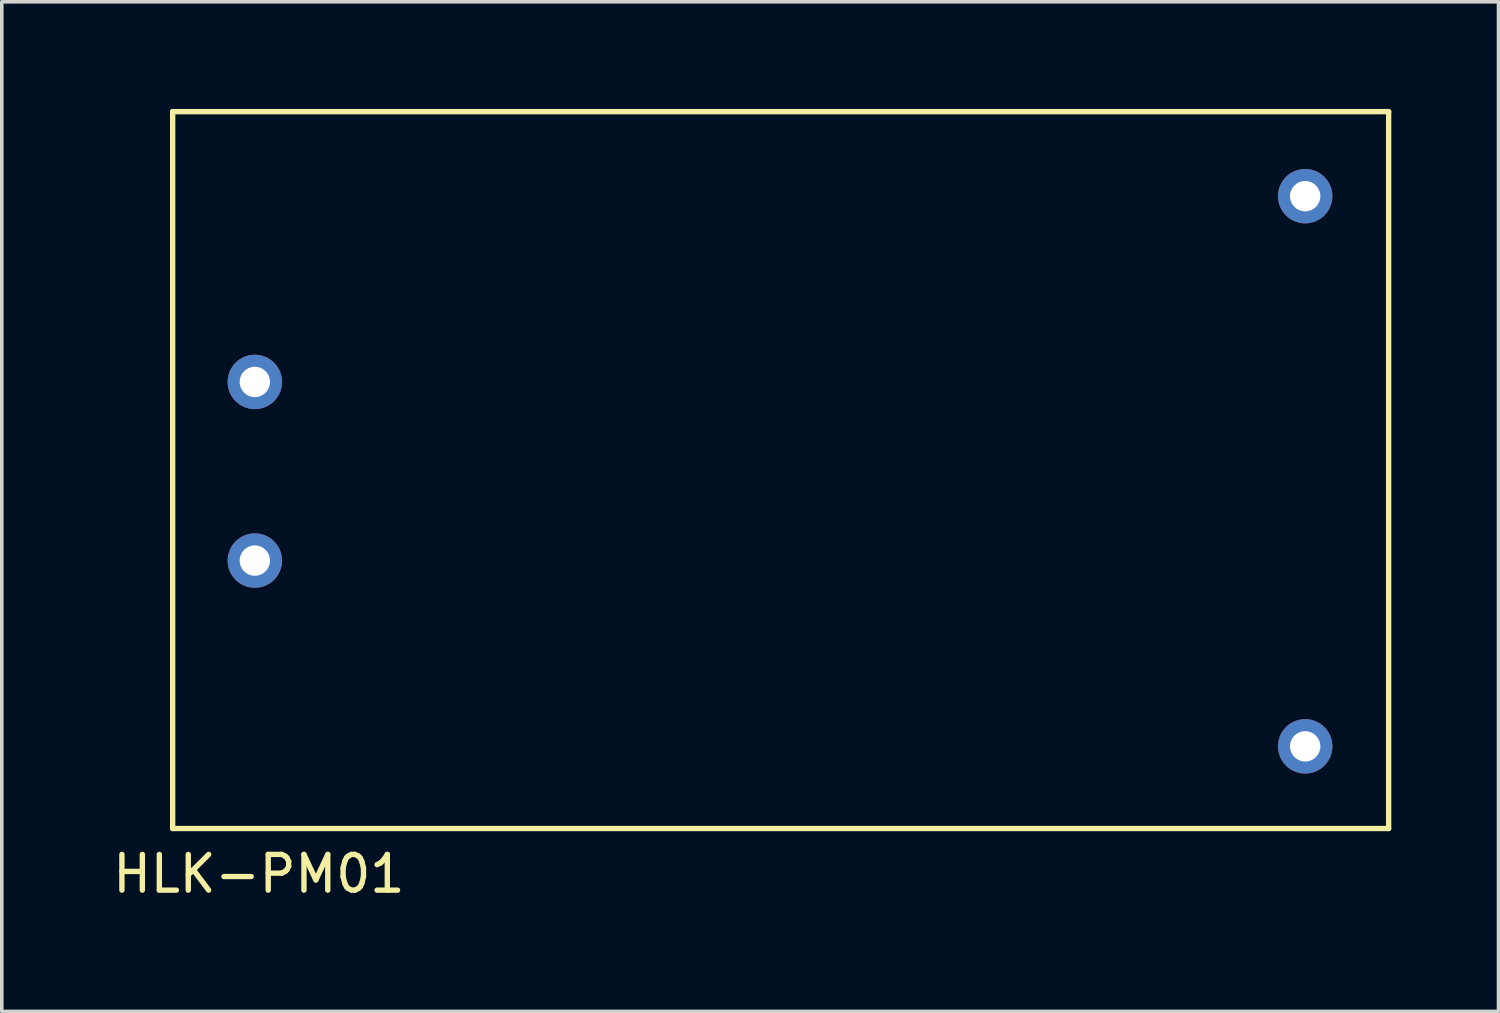
<source format=kicad_pcb>
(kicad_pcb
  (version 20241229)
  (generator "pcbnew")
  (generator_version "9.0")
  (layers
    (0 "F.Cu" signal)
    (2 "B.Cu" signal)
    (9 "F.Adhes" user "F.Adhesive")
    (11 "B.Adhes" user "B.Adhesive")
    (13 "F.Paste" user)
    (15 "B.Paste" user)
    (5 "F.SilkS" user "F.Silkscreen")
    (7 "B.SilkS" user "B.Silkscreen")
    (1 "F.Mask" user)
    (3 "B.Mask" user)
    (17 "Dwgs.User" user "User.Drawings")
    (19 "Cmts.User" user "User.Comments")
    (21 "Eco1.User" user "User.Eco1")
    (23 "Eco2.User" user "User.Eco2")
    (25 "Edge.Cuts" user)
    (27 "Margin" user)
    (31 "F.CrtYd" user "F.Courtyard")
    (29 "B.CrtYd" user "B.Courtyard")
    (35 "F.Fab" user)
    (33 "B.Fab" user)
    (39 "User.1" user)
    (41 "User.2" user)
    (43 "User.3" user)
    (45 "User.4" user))
  (footprint "HLK-PM01"
    (layer "F.Cu")
    (at 1.783 20.141)
    (property "Reference" "HLK-PM01" (at 2.413 1.27 0) (layer "F.SilkS") (effects (font (size 1 1) (thickness 0.15))))
    (attr through_hole)
    (fp_line (start 0 -20.066) (end 34.036 -20.066) (stroke (width 0.15) (type solid)) (layer "F.SilkS"))
    (fp_line (start 0 0) (end 0 -20.066) (stroke (width 0.15) (type solid)) (layer "F.SilkS"))
    (fp_line (start 34.036 -20.066) (end 34.036 0) (stroke (width 0.15) (type solid)) (layer "F.SilkS"))
    (fp_line (start 34.036 0) (end 0 0) (stroke (width 0.15) (type solid)) (layer "F.SilkS"))
    (pad "1" thru_hole circle (at 2.3 -12.5) (size 1.524 1.524) (drill 0.85) (layers "*.Cu" "*.Mask"))
    (pad "2" thru_hole circle (at 2.3 -7.5) (size 1.524 1.524) (drill 0.85) (layers "*.Cu" "*.Mask"))
    (pad "3" thru_hole circle (at 31.7 -17.7) (size 1.524 1.524) (drill 0.85) (layers "*.Cu" "*.Mask"))
    (pad "4" thru_hole circle (at 31.7 -2.3) (size 1.524 1.524) (drill 0.85) (layers "*.Cu" "*.Mask")))
  (gr_rect
    (start -3 -3)
    (end 38.894 25.259)
    (stroke (width 0.1) (type default))
    (fill no)
    (layer "Edge.Cuts")))
</source>
